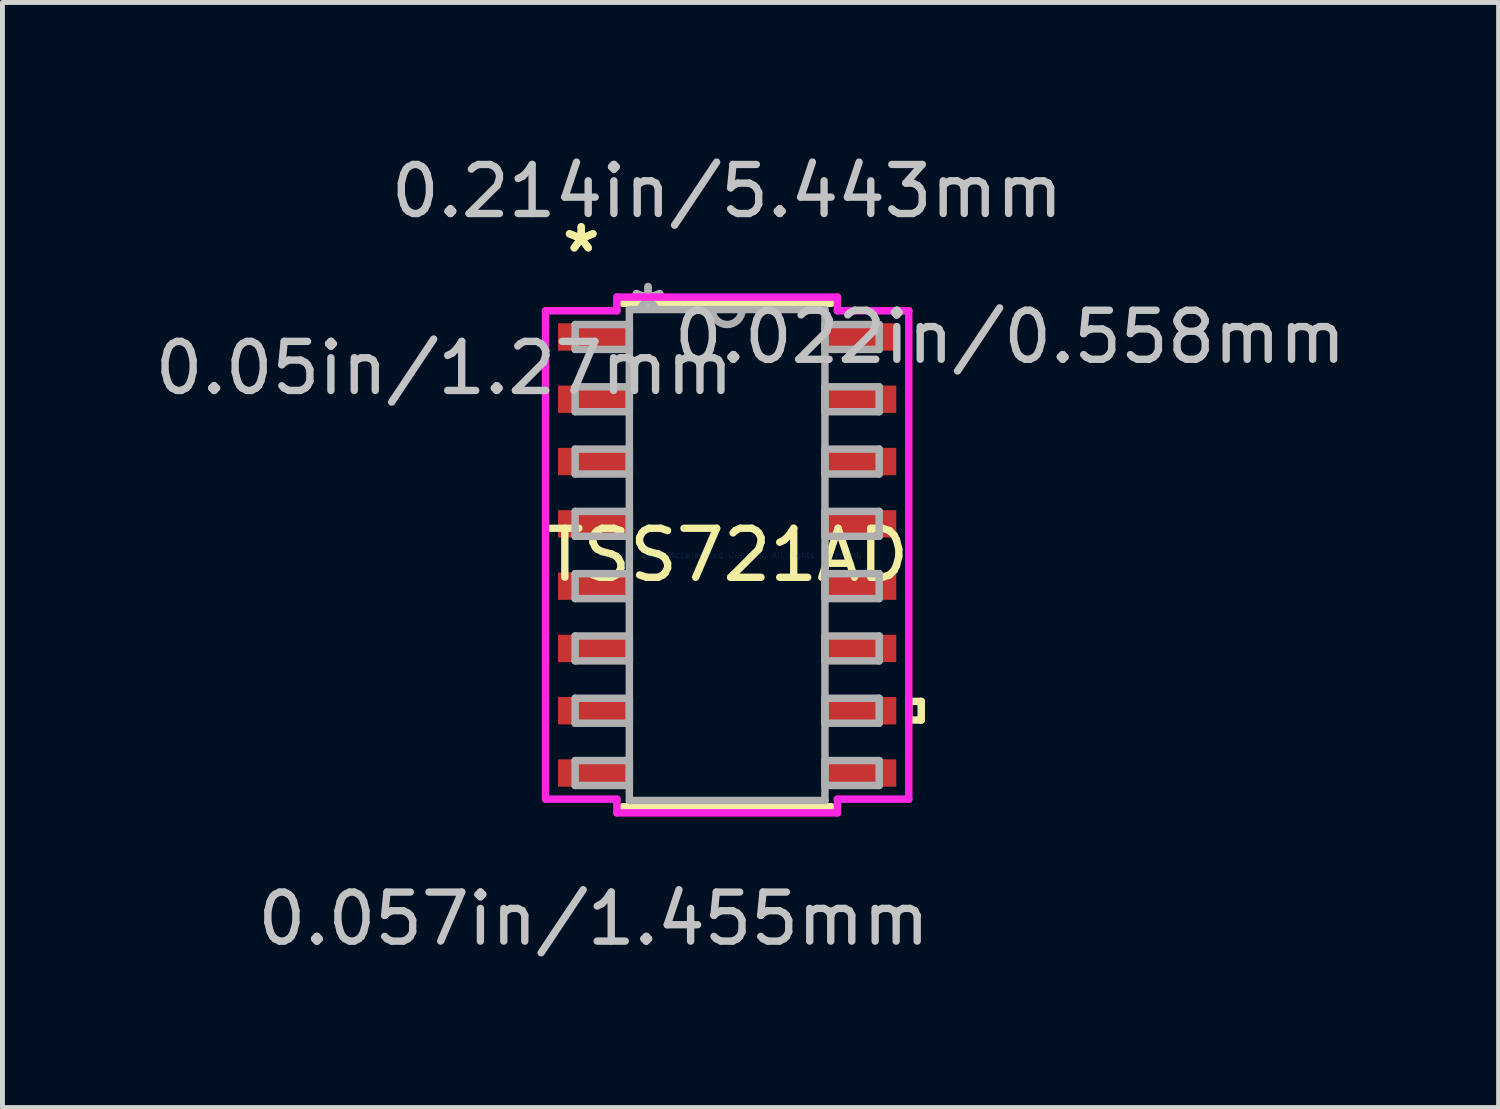
<source format=kicad_pcb>
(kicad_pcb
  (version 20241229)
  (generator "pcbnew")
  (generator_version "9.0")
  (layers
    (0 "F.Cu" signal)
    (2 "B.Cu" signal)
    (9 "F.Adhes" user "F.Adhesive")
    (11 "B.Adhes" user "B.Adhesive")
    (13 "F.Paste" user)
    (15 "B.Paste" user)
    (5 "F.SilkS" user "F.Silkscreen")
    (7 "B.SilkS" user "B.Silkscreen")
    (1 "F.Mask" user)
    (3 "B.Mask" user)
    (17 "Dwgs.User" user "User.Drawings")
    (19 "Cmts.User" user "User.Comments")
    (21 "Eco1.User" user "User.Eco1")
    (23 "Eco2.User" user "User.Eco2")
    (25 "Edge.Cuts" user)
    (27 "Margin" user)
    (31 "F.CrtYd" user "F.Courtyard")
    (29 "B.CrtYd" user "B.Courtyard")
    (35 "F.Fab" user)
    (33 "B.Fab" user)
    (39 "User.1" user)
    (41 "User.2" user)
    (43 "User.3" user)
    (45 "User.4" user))
  (footprint "TSS721AD"
    (layer "F.Cu")
    (at 11.775 8.265)
    (property "Reference" "TSS721AD" (at 0 0 0) (layer "F.SilkS") (effects (font (size 1 1) (thickness 0.15))))
    (attr through_hole)
    (fp_line (start -2.121 5.131) (end 2.121 5.131) (stroke (width 0.152) (type solid)) (layer "F.SilkS"))
    (fp_line (start 2.121 -5.131) (end -2.121 -5.131) (stroke (width 0.152) (type solid)) (layer "F.SilkS"))
    (fp_line (start 3.703 2.985) (end 3.957 2.985) (stroke (width 0.152) (type solid)) (layer "F.SilkS"))
    (fp_line (start 3.703 3.365) (end 3.703 2.985) (stroke (width 0.152) (type solid)) (layer "F.SilkS"))
    (fp_line (start 3.957 2.985) (end 3.957 3.365) (stroke (width 0.152) (type solid)) (layer "F.SilkS"))
    (fp_line (start 3.957 3.365) (end 3.703 3.365) (stroke (width 0.152) (type solid)) (layer "F.SilkS"))
    (fp_line (start -3.703 -4.978) (end -2.248 -4.978) (stroke (width 0.152) (type solid)) (layer "F.CrtYd"))
    (fp_line (start -3.703 4.978) (end -3.703 -4.978) (stroke (width 0.152) (type solid)) (layer "F.CrtYd"))
    (fp_line (start -2.248 -5.258) (end 2.248 -5.258) (stroke (width 0.152) (type solid)) (layer "F.CrtYd"))
    (fp_line (start -2.248 -4.978) (end -2.248 -5.258) (stroke (width 0.152) (type solid)) (layer "F.CrtYd"))
    (fp_line (start -2.248 4.978) (end -3.703 4.978) (stroke (width 0.152) (type solid)) (layer "F.CrtYd"))
    (fp_line (start -2.248 5.258) (end -2.248 4.978) (stroke (width 0.152) (type solid)) (layer "F.CrtYd"))
    (fp_line (start 2.248 -5.258) (end 2.248 -4.978) (stroke (width 0.152) (type solid)) (layer "F.CrtYd"))
    (fp_line (start 2.248 -4.978) (end 3.703 -4.978) (stroke (width 0.152) (type solid)) (layer "F.CrtYd"))
    (fp_line (start 2.248 4.978) (end 2.248 5.258) (stroke (width 0.152) (type solid)) (layer "F.CrtYd"))
    (fp_line (start 2.248 5.258) (end -2.248 5.258) (stroke (width 0.152) (type solid)) (layer "F.CrtYd"))
    (fp_line (start 3.703 -4.978) (end 3.703 4.978) (stroke (width 0.152) (type solid)) (layer "F.CrtYd"))
    (fp_line (start 3.703 4.978) (end 2.248 4.978) (stroke (width 0.152) (type solid)) (layer "F.CrtYd"))
    (fp_line (start -3.099 -4.699) (end -3.099 -4.191) (stroke (width 0.152) (type solid)) (layer "F.Fab"))
    (fp_line (start -3.099 -4.191) (end -1.994 -4.191) (stroke (width 0.152) (type solid)) (layer "F.Fab"))
    (fp_line (start -3.099 -3.429) (end -3.099 -2.921) (stroke (width 0.152) (type solid)) (layer "F.Fab"))
    (fp_line (start -3.099 -2.921) (end -1.994 -2.921) (stroke (width 0.152) (type solid)) (layer "F.Fab"))
    (fp_line (start -3.099 -2.159) (end -3.099 -1.651) (stroke (width 0.152) (type solid)) (layer "F.Fab"))
    (fp_line (start -3.099 -1.651) (end -1.994 -1.651) (stroke (width 0.152) (type solid)) (layer "F.Fab"))
    (fp_line (start -3.099 -0.889) (end -3.099 -0.381) (stroke (width 0.152) (type solid)) (layer "F.Fab"))
    (fp_line (start -3.099 -0.381) (end -1.994 -0.381) (stroke (width 0.152) (type solid)) (layer "F.Fab"))
    (fp_line (start -3.099 0.381) (end -3.099 0.889) (stroke (width 0.152) (type solid)) (layer "F.Fab"))
    (fp_line (start -3.099 0.889) (end -1.994 0.889) (stroke (width 0.152) (type solid)) (layer "F.Fab"))
    (fp_line (start -3.099 1.651) (end -3.099 2.159) (stroke (width 0.152) (type solid)) (layer "F.Fab"))
    (fp_line (start -3.099 2.159) (end -1.994 2.159) (stroke (width 0.152) (type solid)) (layer "F.Fab"))
    (fp_line (start -3.099 2.921) (end -3.099 3.429) (stroke (width 0.152) (type solid)) (layer "F.Fab"))
    (fp_line (start -3.099 3.429) (end -1.994 3.429) (stroke (width 0.152) (type solid)) (layer "F.Fab"))
    (fp_line (start -3.099 4.191) (end -3.099 4.699) (stroke (width 0.152) (type solid)) (layer "F.Fab"))
    (fp_line (start -3.099 4.699) (end -1.994 4.699) (stroke (width 0.152) (type solid)) (layer "F.Fab"))
    (fp_line (start -1.994 -5.004) (end -1.994 5.004) (stroke (width 0.152) (type solid)) (layer "F.Fab"))
    (fp_line (start -1.994 -4.699) (end -3.099 -4.699) (stroke (width 0.152) (type solid)) (layer "F.Fab"))
    (fp_line (start -1.994 -4.191) (end -1.994 -4.699) (stroke (width 0.152) (type solid)) (layer "F.Fab"))
    (fp_line (start -1.994 -3.429) (end -3.099 -3.429) (stroke (width 0.152) (type solid)) (layer "F.Fab"))
    (fp_line (start -1.994 -2.921) (end -1.994 -3.429) (stroke (width 0.152) (type solid)) (layer "F.Fab"))
    (fp_line (start -1.994 -2.159) (end -3.099 -2.159) (stroke (width 0.152) (type solid)) (layer "F.Fab"))
    (fp_line (start -1.994 -1.651) (end -1.994 -2.159) (stroke (width 0.152) (type solid)) (layer "F.Fab"))
    (fp_line (start -1.994 -0.889) (end -3.099 -0.889) (stroke (width 0.152) (type solid)) (layer "F.Fab"))
    (fp_line (start -1.994 -0.381) (end -1.994 -0.889) (stroke (width 0.152) (type solid)) (layer "F.Fab"))
    (fp_line (start -1.994 0.381) (end -3.099 0.381) (stroke (width 0.152) (type solid)) (layer "F.Fab"))
    (fp_line (start -1.994 0.889) (end -1.994 0.381) (stroke (width 0.152) (type solid)) (layer "F.Fab"))
    (fp_line (start -1.994 1.651) (end -3.099 1.651) (stroke (width 0.152) (type solid)) (layer "F.Fab"))
    (fp_line (start -1.994 2.159) (end -1.994 1.651) (stroke (width 0.152) (type solid)) (layer "F.Fab"))
    (fp_line (start -1.994 2.921) (end -3.099 2.921) (stroke (width 0.152) (type solid)) (layer "F.Fab"))
    (fp_line (start -1.994 3.429) (end -1.994 2.921) (stroke (width 0.152) (type solid)) (layer "F.Fab"))
    (fp_line (start -1.994 4.191) (end -3.099 4.191) (stroke (width 0.152) (type solid)) (layer "F.Fab"))
    (fp_line (start -1.994 4.699) (end -1.994 4.191) (stroke (width 0.152) (type solid)) (layer "F.Fab"))
    (fp_line (start -1.994 5.004) (end 1.994 5.004) (stroke (width 0.152) (type solid)) (layer "F.Fab"))
    (fp_line (start 1.994 -5.004) (end -1.994 -5.004) (stroke (width 0.152) (type solid)) (layer "F.Fab"))
    (fp_line (start 1.994 -4.699) (end 1.994 -4.191) (stroke (width 0.152) (type solid)) (layer "F.Fab"))
    (fp_line (start 1.994 -4.191) (end 3.099 -4.191) (stroke (width 0.152) (type solid)) (layer "F.Fab"))
    (fp_line (start 1.994 -3.429) (end 1.994 -2.921) (stroke (width 0.152) (type solid)) (layer "F.Fab"))
    (fp_line (start 1.994 -2.921) (end 3.099 -2.921) (stroke (width 0.152) (type solid)) (layer "F.Fab"))
    (fp_line (start 1.994 -2.159) (end 1.994 -1.651) (stroke (width 0.152) (type solid)) (layer "F.Fab"))
    (fp_line (start 1.994 -1.651) (end 3.099 -1.651) (stroke (width 0.152) (type solid)) (layer "F.Fab"))
    (fp_line (start 1.994 -0.889) (end 1.994 -0.381) (stroke (width 0.152) (type solid)) (layer "F.Fab"))
    (fp_line (start 1.994 -0.381) (end 3.099 -0.381) (stroke (width 0.152) (type solid)) (layer "F.Fab"))
    (fp_line (start 1.994 0.381) (end 1.994 0.889) (stroke (width 0.152) (type solid)) (layer "F.Fab"))
    (fp_line (start 1.994 0.889) (end 3.099 0.889) (stroke (width 0.152) (type solid)) (layer "F.Fab"))
    (fp_line (start 1.994 1.651) (end 1.994 2.159) (stroke (width 0.152) (type solid)) (layer "F.Fab"))
    (fp_line (start 1.994 2.159) (end 3.099 2.159) (stroke (width 0.152) (type solid)) (layer "F.Fab"))
    (fp_line (start 1.994 2.921) (end 1.994 3.429) (stroke (width 0.152) (type solid)) (layer "F.Fab"))
    (fp_line (start 1.994 3.429) (end 3.099 3.429) (stroke (width 0.152) (type solid)) (layer "F.Fab"))
    (fp_line (start 1.994 4.191) (end 1.994 4.699) (stroke (width 0.152) (type solid)) (layer "F.Fab"))
    (fp_line (start 1.994 4.699) (end 3.099 4.699) (stroke (width 0.152) (type solid)) (layer "F.Fab"))
    (fp_line (start 1.994 5.004) (end 1.994 -5.004) (stroke (width 0.152) (type solid)) (layer "F.Fab"))
    (fp_line (start 3.099 -4.699) (end 1.994 -4.699) (stroke (width 0.152) (type solid)) (layer "F.Fab"))
    (fp_line (start 3.099 -4.191) (end 3.099 -4.699) (stroke (width 0.152) (type solid)) (layer "F.Fab"))
    (fp_line (start 3.099 -3.429) (end 1.994 -3.429) (stroke (width 0.152) (type solid)) (layer "F.Fab"))
    (fp_line (start 3.099 -2.921) (end 3.099 -3.429) (stroke (width 0.152) (type solid)) (layer "F.Fab"))
    (fp_line (start 3.099 -2.159) (end 1.994 -2.159) (stroke (width 0.152) (type solid)) (layer "F.Fab"))
    (fp_line (start 3.099 -1.651) (end 3.099 -2.159) (stroke (width 0.152) (type solid)) (layer "F.Fab"))
    (fp_line (start 3.099 -0.889) (end 1.994 -0.889) (stroke (width 0.152) (type solid)) (layer "F.Fab"))
    (fp_line (start 3.099 -0.381) (end 3.099 -0.889) (stroke (width 0.152) (type solid)) (layer "F.Fab"))
    (fp_line (start 3.099 0.381) (end 1.994 0.381) (stroke (width 0.152) (type solid)) (layer "F.Fab"))
    (fp_line (start 3.099 0.889) (end 3.099 0.381) (stroke (width 0.152) (type solid)) (layer "F.Fab"))
    (fp_line (start 3.099 1.651) (end 1.994 1.651) (stroke (width 0.152) (type solid)) (layer "F.Fab"))
    (fp_line (start 3.099 2.159) (end 3.099 1.651) (stroke (width 0.152) (type solid)) (layer "F.Fab"))
    (fp_line (start 3.099 2.921) (end 1.994 2.921) (stroke (width 0.152) (type solid)) (layer "F.Fab"))
    (fp_line (start 3.099 3.429) (end 3.099 2.921) (stroke (width 0.152) (type solid)) (layer "F.Fab"))
    (fp_line (start 3.099 4.191) (end 1.994 4.191) (stroke (width 0.152) (type solid)) (layer "F.Fab"))
    (fp_line (start 3.099 4.699) (end 3.099 4.191) (stroke (width 0.152) (type solid)) (layer "F.Fab"))
    (fp_arc (start 0.3048 -5.0038) (mid 0 -4.699) (end -0.3048 -5.0038) (stroke (width 0.1524) (type solid)) (layer "F.Fab"))
    (fp_text user "*" (at -2.975 -6.146 0) (layer "F.SilkS") (effects (font (size 1 1) (thickness 0.15))))
    (fp_text user "*" (at -2.975 -6.146 0) (layer "F.SilkS") (effects (font (size 1 1) (thickness 0.15))))
    (fp_text user "0.022in/0.558mm" (at 5.769 -4.445 0) (layer "Dwgs.User") (effects (font (size 1 1) (thickness 0.15))))
    (fp_text user "0.057in/1.455mm" (at -2.721 7.417 0) (layer "Dwgs.User") (effects (font (size 1 1) (thickness 0.15))))
    (fp_text user "0.05in/1.27mm" (at -5.769 -3.81 0) (layer "Dwgs.User") (effects (font (size 1 1) (thickness 0.15))))
    (fp_text user "0.214in/5.443mm" (at 0 -7.417 0) (layer "Dwgs.User") (effects (font (size 1 1) (thickness 0.15))))
    (fp_text user "Copyright 2016 Accelerated Designs. All rights reserved." (at 0 0 0) (layer "Cmts.User") (effects (font (size 0.127 0.127) (thickness 0.002))))
    (fp_text user "*" (at -1.613 -4.928 0) (layer "F.Fab") (effects (font (size 1 1) (thickness 0.15))))
    (fp_text user "*" (at -1.613 -4.928 0) (layer "F.Fab") (effects (font (size 1 1) (thickness 0.15))))
    (pad "1" smd rect (at -2.721 -4.445) (size 1.455 0.558) (layers "F.Cu" "F.Mask" "F.Paste"))
    (pad "2" smd rect (at -2.721 -3.175) (size 1.455 0.558) (layers "F.Cu" "F.Mask" "F.Paste"))
    (pad "3" smd rect (at -2.721 -1.905) (size 1.455 0.558) (layers "F.Cu" "F.Mask" "F.Paste"))
    (pad "4" smd rect (at -2.721 -0.635) (size 1.455 0.558) (layers "F.Cu" "F.Mask" "F.Paste"))
    (pad "5" smd rect (at -2.721 0.635) (size 1.455 0.558) (layers "F.Cu" "F.Mask" "F.Paste"))
    (pad "6" smd rect (at -2.721 1.905) (size 1.455 0.558) (layers "F.Cu" "F.Mask" "F.Paste"))
    (pad "7" smd rect (at -2.721 3.175) (size 1.455 0.558) (layers "F.Cu" "F.Mask" "F.Paste"))
    (pad "8" smd rect (at -2.721 4.445) (size 1.455 0.558) (layers "F.Cu" "F.Mask" "F.Paste"))
    (pad "9" smd rect (at 2.721 4.445) (size 1.455 0.558) (layers "F.Cu" "F.Mask" "F.Paste"))
    (pad "10" smd rect (at 2.721 3.175) (size 1.455 0.558) (layers "F.Cu" "F.Mask" "F.Paste"))
    (pad "11" smd rect (at 2.721 1.905) (size 1.455 0.558) (layers "F.Cu" "F.Mask" "F.Paste"))
    (pad "12" smd rect (at 2.721 0.635) (size 1.455 0.558) (layers "F.Cu" "F.Mask" "F.Paste"))
    (pad "13" smd rect (at 2.721 -0.635) (size 1.455 0.558) (layers "F.Cu" "F.Mask" "F.Paste"))
    (pad "14" smd rect (at 2.721 -1.905) (size 1.455 0.558) (layers "F.Cu" "F.Mask" "F.Paste"))
    (pad "15" smd rect (at 2.721 -3.175) (size 1.455 0.558) (layers "F.Cu" "F.Mask" "F.Paste"))
    (pad "16" smd rect (at 2.721 -4.445) (size 1.455 0.558) (layers "F.Cu" "F.Mask" "F.Paste")))
  (gr_rect
    (start -3 -3)
    (end 27.503 19.53)
    (stroke (width 0.1) (type default))
    (fill no)
    (layer "Edge.Cuts")))
</source>
